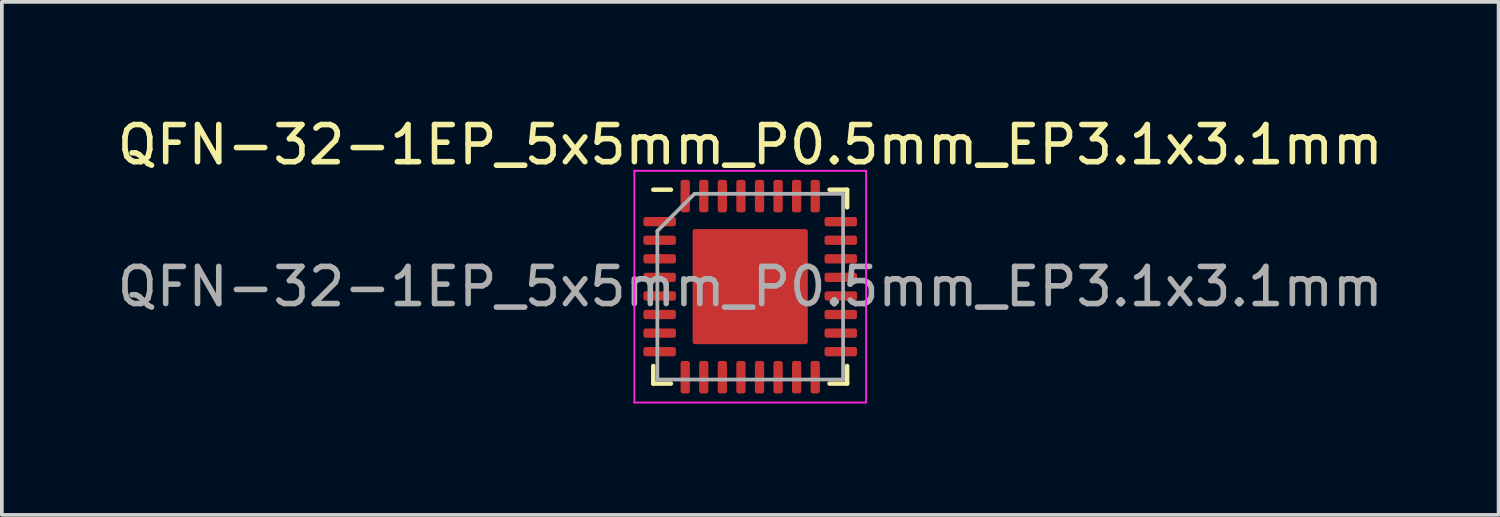
<source format=kicad_pcb>
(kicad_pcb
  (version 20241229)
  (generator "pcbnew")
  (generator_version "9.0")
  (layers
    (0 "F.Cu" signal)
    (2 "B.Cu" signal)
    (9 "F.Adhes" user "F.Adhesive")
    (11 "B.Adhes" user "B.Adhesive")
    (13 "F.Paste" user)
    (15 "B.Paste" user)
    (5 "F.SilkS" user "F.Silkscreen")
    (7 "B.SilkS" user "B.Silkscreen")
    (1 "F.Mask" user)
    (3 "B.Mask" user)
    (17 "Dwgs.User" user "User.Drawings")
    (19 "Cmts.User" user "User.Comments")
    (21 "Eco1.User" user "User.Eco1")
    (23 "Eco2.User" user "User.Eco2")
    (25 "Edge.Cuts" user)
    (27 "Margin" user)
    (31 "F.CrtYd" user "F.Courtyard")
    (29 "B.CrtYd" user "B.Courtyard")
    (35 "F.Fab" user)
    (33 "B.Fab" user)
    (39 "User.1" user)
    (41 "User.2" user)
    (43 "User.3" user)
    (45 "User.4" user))
  (footprint "QFN-32-1EP_5x5mm_P0.5mm_EP3.1x3.1mm"
    (layer "F.Cu")
    (at 17.149 4.668)
    (property "Reference" "QFN-32-1EP_5x5mm_P0.5mm_EP3.1x3.1mm" (at 0 -3.82 0) (layer "F.SilkS") (effects (font (size 1 1) (thickness 0.15))))
    (attr smd)
    (fp_line (start -2.61 2.61) (end -2.61 2.135) (stroke (width 0.12) (type solid)) (layer "F.SilkS"))
    (fp_line (start -2.135 -2.61) (end -2.61 -2.61) (stroke (width 0.12) (type solid)) (layer "F.SilkS"))
    (fp_line (start -2.135 2.61) (end -2.61 2.61) (stroke (width 0.12) (type solid)) (layer "F.SilkS"))
    (fp_line (start 2.135 -2.61) (end 2.61 -2.61) (stroke (width 0.12) (type solid)) (layer "F.SilkS"))
    (fp_line (start 2.135 2.61) (end 2.61 2.61) (stroke (width 0.12) (type solid)) (layer "F.SilkS"))
    (fp_line (start 2.61 -2.61) (end 2.61 -2.135) (stroke (width 0.12) (type solid)) (layer "F.SilkS"))
    (fp_line (start 2.61 2.61) (end 2.61 2.135) (stroke (width 0.12) (type solid)) (layer "F.SilkS"))
    (fp_line (start -3.12 -3.12) (end -3.12 3.12) (stroke (width 0.05) (type solid)) (layer "F.CrtYd"))
    (fp_line (start -3.12 3.12) (end 3.12 3.12) (stroke (width 0.05) (type solid)) (layer "F.CrtYd"))
    (fp_line (start 3.12 -3.12) (end -3.12 -3.12) (stroke (width 0.05) (type solid)) (layer "F.CrtYd"))
    (fp_line (start 3.12 3.12) (end 3.12 -3.12) (stroke (width 0.05) (type solid)) (layer "F.CrtYd"))
    (fp_line (start -2.5 -1.5) (end -1.5 -2.5) (stroke (width 0.1) (type solid)) (layer "F.Fab"))
    (fp_line (start -2.5 2.5) (end -2.5 -1.5) (stroke (width 0.1) (type solid)) (layer "F.Fab"))
    (fp_line (start -1.5 -2.5) (end 2.5 -2.5) (stroke (width 0.1) (type solid)) (layer "F.Fab"))
    (fp_line (start 2.5 -2.5) (end 2.5 2.5) (stroke (width 0.1) (type solid)) (layer "F.Fab"))
    (fp_line (start 2.5 2.5) (end -2.5 2.5) (stroke (width 0.1) (type solid)) (layer "F.Fab"))
    (fp_text user "${REFERENCE}" (at 0 0 0) (layer "F.Fab") (effects (font (size 1 1) (thickness 0.15))))
    (pad "" smd roundrect (at -1.03 -1.03) (size 0.83 0.83) (layers "F.Paste") (roundrect_rratio 0.25))
    (pad "" smd roundrect (at -1.03 0) (size 0.83 0.83) (layers "F.Paste") (roundrect_rratio 0.25))
    (pad "" smd roundrect (at -1.03 1.03) (size 0.83 0.83) (layers "F.Paste") (roundrect_rratio 0.25))
    (pad "" smd roundrect (at 0 -1.03) (size 0.83 0.83) (layers "F.Paste") (roundrect_rratio 0.25))
    (pad "" smd roundrect (at 0 0) (size 0.83 0.83) (layers "F.Paste") (roundrect_rratio 0.25))
    (pad "" smd roundrect (at 0 1.03) (size 0.83 0.83) (layers "F.Paste") (roundrect_rratio 0.25))
    (pad "" smd roundrect (at 1.03 -1.03) (size 0.83 0.83) (layers "F.Paste") (roundrect_rratio 0.25))
    (pad "" smd roundrect (at 1.03 0) (size 0.83 0.83) (layers "F.Paste") (roundrect_rratio 0.25))
    (pad "" smd roundrect (at 1.03 1.03) (size 0.83 0.83) (layers "F.Paste") (roundrect_rratio 0.25))
    (pad "1" smd roundrect (at -2.438 -1.75) (size 0.875 0.25) (layers "F.Cu" "F.Mask" "F.Paste") (roundrect_rratio 0.25))
    (pad "2" smd roundrect (at -2.438 -1.25) (size 0.875 0.25) (layers "F.Cu" "F.Mask" "F.Paste") (roundrect_rratio 0.25))
    (pad "3" smd roundrect (at -2.438 -0.75) (size 0.875 0.25) (layers "F.Cu" "F.Mask" "F.Paste") (roundrect_rratio 0.25))
    (pad "4" smd roundrect (at -2.438 -0.25) (size 0.875 0.25) (layers "F.Cu" "F.Mask" "F.Paste") (roundrect_rratio 0.25))
    (pad "5" smd roundrect (at -2.438 0.25) (size 0.875 0.25) (layers "F.Cu" "F.Mask" "F.Paste") (roundrect_rratio 0.25))
    (pad "6" smd roundrect (at -2.438 0.75) (size 0.875 0.25) (layers "F.Cu" "F.Mask" "F.Paste") (roundrect_rratio 0.25))
    (pad "7" smd roundrect (at -2.438 1.25) (size 0.875 0.25) (layers "F.Cu" "F.Mask" "F.Paste") (roundrect_rratio 0.25))
    (pad "8" smd roundrect (at -2.438 1.75) (size 0.875 0.25) (layers "F.Cu" "F.Mask" "F.Paste") (roundrect_rratio 0.25))
    (pad "9" smd roundrect (at -1.75 2.438) (size 0.25 0.875) (layers "F.Cu" "F.Mask" "F.Paste") (roundrect_rratio 0.25))
    (pad "10" smd roundrect (at -1.25 2.438) (size 0.25 0.875) (layers "F.Cu" "F.Mask" "F.Paste") (roundrect_rratio 0.25))
    (pad "11" smd roundrect (at -0.75 2.438) (size 0.25 0.875) (layers "F.Cu" "F.Mask" "F.Paste") (roundrect_rratio 0.25))
    (pad "12" smd roundrect (at -0.25 2.438) (size 0.25 0.875) (layers "F.Cu" "F.Mask" "F.Paste") (roundrect_rratio 0.25))
    (pad "13" smd roundrect (at 0.25 2.438) (size 0.25 0.875) (layers "F.Cu" "F.Mask" "F.Paste") (roundrect_rratio 0.25))
    (pad "14" smd roundrect (at 0.75 2.438) (size 0.25 0.875) (layers "F.Cu" "F.Mask" "F.Paste") (roundrect_rratio 0.25))
    (pad "15" smd roundrect (at 1.25 2.438) (size 0.25 0.875) (layers "F.Cu" "F.Mask" "F.Paste") (roundrect_rratio 0.25))
    (pad "16" smd roundrect (at 1.75 2.438) (size 0.25 0.875) (layers "F.Cu" "F.Mask" "F.Paste") (roundrect_rratio 0.25))
    (pad "17" smd roundrect (at 2.438 1.75) (size 0.875 0.25) (layers "F.Cu" "F.Mask" "F.Paste") (roundrect_rratio 0.25))
    (pad "18" smd roundrect (at 2.438 1.25) (size 0.875 0.25) (layers "F.Cu" "F.Mask" "F.Paste") (roundrect_rratio 0.25))
    (pad "19" smd roundrect (at 2.438 0.75) (size 0.875 0.25) (layers "F.Cu" "F.Mask" "F.Paste") (roundrect_rratio 0.25))
    (pad "20" smd roundrect (at 2.438 0.25) (size 0.875 0.25) (layers "F.Cu" "F.Mask" "F.Paste") (roundrect_rratio 0.25))
    (pad "21" smd roundrect (at 2.438 -0.25) (size 0.875 0.25) (layers "F.Cu" "F.Mask" "F.Paste") (roundrect_rratio 0.25))
    (pad "22" smd roundrect (at 2.438 -0.75) (size 0.875 0.25) (layers "F.Cu" "F.Mask" "F.Paste") (roundrect_rratio 0.25))
    (pad "23" smd roundrect (at 2.438 -1.25) (size 0.875 0.25) (layers "F.Cu" "F.Mask" "F.Paste") (roundrect_rratio 0.25))
    (pad "24" smd roundrect (at 2.438 -1.75) (size 0.875 0.25) (layers "F.Cu" "F.Mask" "F.Paste") (roundrect_rratio 0.25))
    (pad "25" smd roundrect (at 1.75 -2.438) (size 0.25 0.875) (layers "F.Cu" "F.Mask" "F.Paste") (roundrect_rratio 0.25))
    (pad "26" smd roundrect (at 1.25 -2.438) (size 0.25 0.875) (layers "F.Cu" "F.Mask" "F.Paste") (roundrect_rratio 0.25))
    (pad "27" smd roundrect (at 0.75 -2.438) (size 0.25 0.875) (layers "F.Cu" "F.Mask" "F.Paste") (roundrect_rratio 0.25))
    (pad "28" smd roundrect (at 0.25 -2.438) (size 0.25 0.875) (layers "F.Cu" "F.Mask" "F.Paste") (roundrect_rratio 0.25))
    (pad "29" smd roundrect (at -0.25 -2.438) (size 0.25 0.875) (layers "F.Cu" "F.Mask" "F.Paste") (roundrect_rratio 0.25))
    (pad "30" smd roundrect (at -0.75 -2.438) (size 0.25 0.875) (layers "F.Cu" "F.Mask" "F.Paste") (roundrect_rratio 0.25))
    (pad "31" smd roundrect (at -1.25 -2.438) (size 0.25 0.875) (layers "F.Cu" "F.Mask" "F.Paste") (roundrect_rratio 0.25))
    (pad "32" smd roundrect (at -1.75 -2.438) (size 0.25 0.875) (layers "F.Cu" "F.Mask" "F.Paste") (roundrect_rratio 0.25))
    (pad "33" smd roundrect (at 0 0) (size 3.1 3.1) (layers "F.Cu" "F.Mask") (roundrect_rratio 0.02)))
  (gr_rect
    (start -3 -3)
    (end 37.298 10.813)
    (stroke (width 0.1) (type default))
    (fill no)
    (layer "Edge.Cuts")))
</source>
